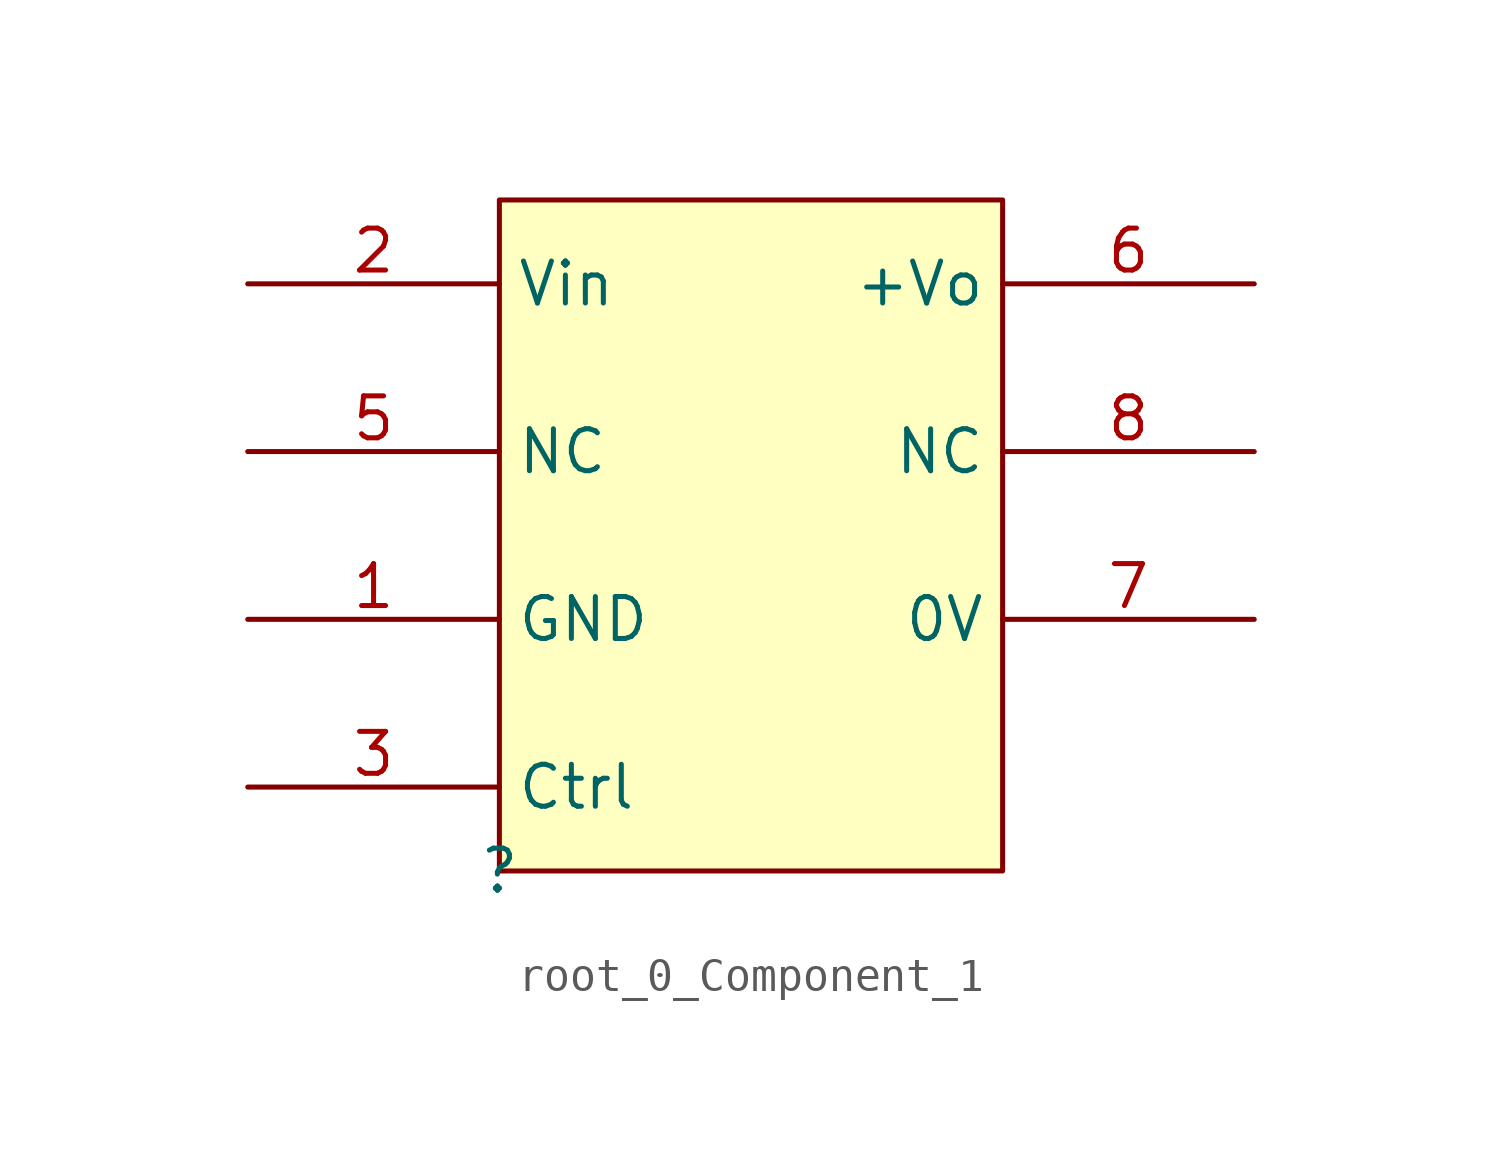
<source format=kicad_sym>
(kicad_symbol_lib
  (version 20220914)
  (generator kicad_symbol_editor)
  (symbol "root_0_Component_1"
    (property "Reference" ""
      (at 0 0 0)
      (effects (font (size 1.27 1.27))))
    (property "Value" ""
      (at 0 0 0)
      (effects (font (size 1.27 1.27))))
    (symbol "root_0_Component_1_1_0"
      (rectangle (start 15.24 20.32) (end 0 0) (stroke (width 0) (type solid)) (fill (type background)))
      (pin passive line (at -7.62 7.62 0) (length 7.62) (name "GND" (effects (font (size 1.27 1.27)))) (number "1" (effects (font (size 1.27 1.27)))))
      (pin passive line (at -7.62 17.78 0) (length 7.62) (name "Vin" (effects (font (size 1.27 1.27)))) (number "2" (effects (font (size 1.27 1.27)))))
      (pin passive line (at -7.62 2.54 0) (length 7.62) (name "Ctrl" (effects (font (size 1.27 1.27)))) (number "3" (effects (font (size 1.27 1.27)))))
      (pin passive line (at -7.62 12.7 0) (length 7.62) (name "NC" (effects (font (size 1.27 1.27)))) (number "5" (effects (font (size 1.27 1.27)))))
      (pin passive line (at 22.86 17.78 180) (length 7.62) (name "+Vo" (effects (font (size 1.27 1.27)))) (number "6" (effects (font (size 1.27 1.27)))))
      (pin passive line (at 22.86 7.62 180) (length 7.62) (name "0V" (effects (font (size 1.27 1.27)))) (number "7" (effects (font (size 1.27 1.27)))))
      (pin passive line (at 22.86 12.7 180) (length 7.62) (name "NC" (effects (font (size 1.27 1.27)))) (number "8" (effects (font (size 1.27 1.27))))))))
</source>
